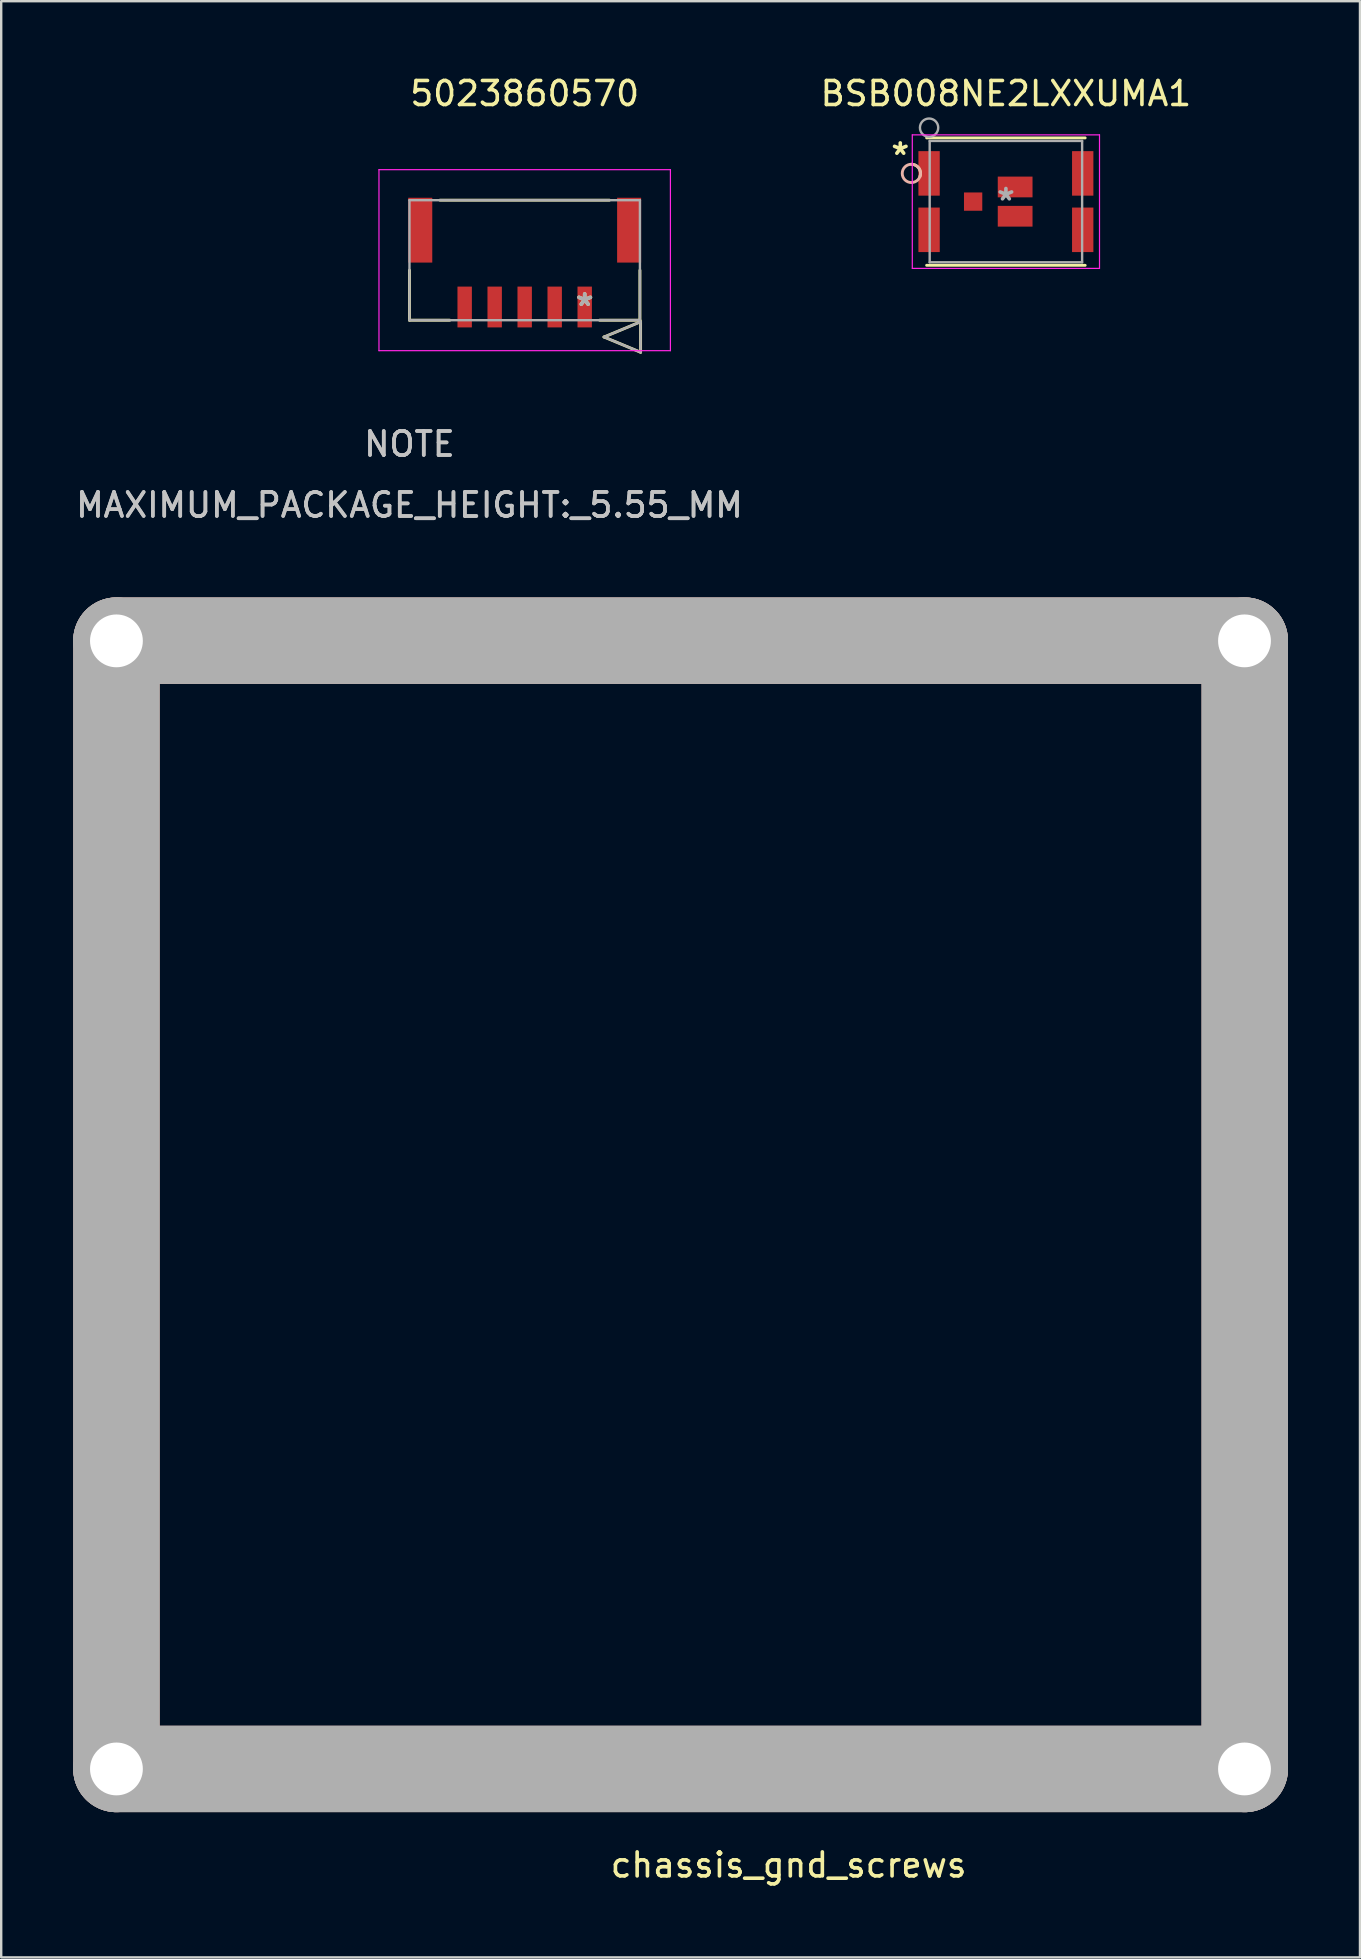
<source format=kicad_pcb>
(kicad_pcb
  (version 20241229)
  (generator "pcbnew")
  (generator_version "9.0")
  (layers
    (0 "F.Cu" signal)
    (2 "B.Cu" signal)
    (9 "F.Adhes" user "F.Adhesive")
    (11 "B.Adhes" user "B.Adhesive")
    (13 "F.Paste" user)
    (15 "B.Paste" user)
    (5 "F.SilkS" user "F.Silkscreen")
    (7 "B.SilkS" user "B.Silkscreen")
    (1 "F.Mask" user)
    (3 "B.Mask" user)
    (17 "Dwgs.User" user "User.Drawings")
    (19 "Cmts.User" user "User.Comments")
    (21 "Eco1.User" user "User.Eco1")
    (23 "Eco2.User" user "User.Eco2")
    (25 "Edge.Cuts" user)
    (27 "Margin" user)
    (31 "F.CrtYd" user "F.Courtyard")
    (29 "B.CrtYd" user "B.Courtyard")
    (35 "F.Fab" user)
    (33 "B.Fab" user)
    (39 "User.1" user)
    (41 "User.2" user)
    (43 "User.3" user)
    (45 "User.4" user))
  (footprint "5023860570"
    (layer "F.Cu")
    (at 21.306 9.738)
    (property "Reference" "5023860570" (at -2.5 -8.89 0) (layer "F.SilkS") (effects (font (size 1 1) (thickness 0.15))))
    (attr through_hole)
    (fp_line (start -7.3 -1.53) (end -7.3 0.55) (stroke (width 0.12) (type solid)) (layer "F.SilkS"))
    (fp_line (start -7.3 0.55) (end -5.62 0.55) (stroke (width 0.12) (type solid)) (layer "F.SilkS"))
    (fp_line (start 0.62 0.55) (end 2.3 0.55) (stroke (width 0.12) (type solid)) (layer "F.SilkS"))
    (fp_line (start 0.804 1.25) (end 2.328 0.615) (stroke (width 0.12) (type solid)) (layer "F.SilkS"))
    (fp_line (start 1.03 -4.45) (end -6.03 -4.45) (stroke (width 0.12) (type solid)) (layer "F.SilkS"))
    (fp_line (start 2.3 0.55) (end 2.3 -1.53) (stroke (width 0.12) (type solid)) (layer "F.SilkS"))
    (fp_line (start 2.328 0.615) (end 2.328 1.885) (stroke (width 0.12) (type solid)) (layer "F.SilkS"))
    (fp_line (start 2.328 1.885) (end 0.804 1.25) (stroke (width 0.12) (type solid)) (layer "F.SilkS"))
    (fp_line (start -8.57 -5.72) (end -8.57 1.82) (stroke (width 0.05) (type solid)) (layer "F.CrtYd"))
    (fp_line (start -8.57 1.82) (end 3.57 1.82) (stroke (width 0.05) (type solid)) (layer "F.CrtYd"))
    (fp_line (start 3.57 -5.72) (end -8.57 -5.72) (stroke (width 0.05) (type solid)) (layer "F.CrtYd"))
    (fp_line (start 3.57 1.82) (end 3.57 -5.72) (stroke (width 0.05) (type solid)) (layer "F.CrtYd"))
    (fp_line (start -7.3 -4.45) (end -7.3 0.55) (stroke (width 0.1) (type solid)) (layer "F.Fab"))
    (fp_line (start -7.3 0.55) (end 2.3 0.55) (stroke (width 0.1) (type solid)) (layer "F.Fab"))
    (fp_line (start 0.804 1.25) (end 2.328 0.615) (stroke (width 0.1) (type solid)) (layer "F.Fab"))
    (fp_line (start 2.3 -4.45) (end -7.3 -4.45) (stroke (width 0.1) (type solid)) (layer "F.Fab"))
    (fp_line (start 2.3 0.55) (end 2.3 -4.45) (stroke (width 0.1) (type solid)) (layer "F.Fab"))
    (fp_line (start 2.328 0.615) (end 2.328 1.885) (stroke (width 0.1) (type solid)) (layer "F.Fab"))
    (fp_line (start 2.328 1.885) (end 0.804 1.25) (stroke (width 0.1) (type solid)) (layer "F.Fab"))
    (fp_text user "*" (at 0 0 0) (layer "F.SilkS") (effects (font (size 1 1) (thickness 0.15))))
    (fp_text user "MAXIMUM_PACKAGE_HEIGHT:_5.55_MM" (at -7.3 8.25 0) (layer "Dwgs.User") (effects (font (size 1 1) (thickness 0.15))))
    (fp_text user "MAXIMUM_PACKAGE_HEIGHT:_5.55_MM" (at -7.3 8.25 0) (layer "Dwgs.User") (effects (font (size 1 1) (thickness 0.15))))
    (fp_text user "NOTE" (at -7.3 5.71 0) (layer "Dwgs.User") (effects (font (size 1 1) (thickness 0.15))))
    (fp_text user "NOTE" (at -7.3 5.71 0) (layer "Dwgs.User") (effects (font (size 1 1) (thickness 0.15))))
    (fp_text user "Copyright 2021 Accelerated Designs. All rights reserved." (at 0 0 0) (layer "Cmts.User") (effects (font (size 0.127 0.127) (thickness 0.002))))
    (fp_text user "*" (at 0 0 0) (layer "F.Fab") (effects (font (size 1 1) (thickness 0.15))))
    (pad "1" smd rect (at 0 0) (size 0.6 1.7) (layers "F.Cu" "F.Mask" "F.Paste"))
    (pad "2" smd rect (at -1.25 0) (size 0.6 1.7) (layers "F.Cu" "F.Mask" "F.Paste"))
    (pad "3" smd rect (at -2.5 0) (size 0.6 1.7) (layers "F.Cu" "F.Mask" "F.Paste"))
    (pad "4" smd rect (at -3.75 0) (size 0.6 1.7) (layers "F.Cu" "F.Mask" "F.Paste"))
    (pad "5" smd rect (at -5 0) (size 0.6 1.7) (layers "F.Cu" "F.Mask" "F.Paste"))
    (pad "6" smd rect (at 1.85 -3.2) (size 1 2.7) (layers "F.Cu" "F.Mask" "F.Paste"))
    (pad "7" smd rect (at -6.85 -3.2) (size 1 2.7) (layers "F.Cu" "F.Mask" "F.Paste")))
  (footprint "BSB008NE2LXXUMA1"
    (layer "F.Cu")
    (at 38.851 5.348)
    (property "Reference" "BSB008NE2LXXUMA1" (at 0 -4.5 0) (layer "F.SilkS") (effects (font (size 1 1) (thickness 0.15))))
    (attr through_hole)
    (fp_line (start -3.302 2.654) (end 3.302 2.654) (stroke (width 0.12) (type solid)) (layer "F.SilkS"))
    (fp_line (start 3.302 -2.654) (end -3.302 -2.654) (stroke (width 0.12) (type solid)) (layer "F.SilkS"))
    (fp_arc (start -3.937 -1.556) (mid -3.62456 -1.393041) (end -3.579389 -1.043564) (stroke (width 0.12) (type solid)) (layer "F.SilkS"))
    (fp_circle (center -3.937 -1.175) (end -3.556 -1.175) (stroke (width 0.12) (type solid)) (fill no) (layer "B.SilkS"))
    (fp_line (start -3.899 -2.781) (end -3.899 2.781) (stroke (width 0.05) (type solid)) (layer "F.CrtYd"))
    (fp_line (start -3.899 2.781) (end 3.899 2.781) (stroke (width 0.05) (type solid)) (layer "F.CrtYd"))
    (fp_line (start 3.899 -2.781) (end -3.899 -2.781) (stroke (width 0.05) (type solid)) (layer "F.CrtYd"))
    (fp_line (start 3.899 2.781) (end 3.899 -2.781) (stroke (width 0.05) (type solid)) (layer "F.CrtYd"))
    (fp_line (start -3.175 -2.527) (end -3.175 2.527) (stroke (width 0.1) (type solid)) (layer "F.Fab"))
    (fp_line (start -3.175 2.527) (end 3.175 2.527) (stroke (width 0.1) (type solid)) (layer "F.Fab"))
    (fp_line (start 3.175 -2.527) (end -3.175 -2.527) (stroke (width 0.1) (type solid)) (layer "F.Fab"))
    (fp_line (start 3.175 2.527) (end 3.175 -2.527) (stroke (width 0.1) (type solid)) (layer "F.Fab"))
    (fp_circle (center -3.2 -3.08) (end -2.819 -3.08) (stroke (width 0.1) (type solid)) (fill no) (layer "F.Fab"))
    (fp_text user "*" (at -4.4 -1.9 0) (layer "F.SilkS") (effects (font (size 1 1) (thickness 0.15))))
    (fp_text user "Copyright 2021 Accelerated Designs. All rights reserved." (at 0 3 0) (layer "Cmts.User") (effects (font (size 0.127 0.127) (thickness 0.002))))
    (fp_text user "*" (at 0 0 0) (layer "F.Fab") (effects (font (size 1 1) (thickness 0.15))))
    (pad "1" smd rect (at -1.365 0) (size 0.762 0.762) (layers "F.Cu" "F.Mask" "F.Paste"))
    (pad "2" smd rect (at 0.385 -0.61 90) (size 0.864 1.448) (layers "F.Cu" "F.Mask" "F.Paste"))
    (pad "3" smd rect (at 0.385 0.61 90) (size 0.864 1.448) (layers "F.Cu" "F.Mask" "F.Paste"))
    (pad "4" smd rect (at -3.2 -1.175) (size 0.889 1.854) (layers "F.Cu" "F.Mask" "F.Paste"))
    (pad "5" smd rect (at 3.2 -1.175) (size 0.889 1.854) (layers "F.Cu" "F.Mask" "F.Paste"))
    (pad "6" smd rect (at -3.2 1.175) (size 0.889 1.854) (layers "F.Cu" "F.Mask" "F.Paste"))
    (pad "7" smd rect (at 3.2 1.175) (size 0.889 1.854) (layers "F.Cu" "F.Mask" "F.Paste")))
  (footprint "chassis_gnd_screws"
    (layer "F.Cu")
    (at 1.8 70.636)
    (property "Reference" "chassis_gnd_screws" (at 28 4 0) (layer "F.SilkS") (effects (font (size 1 1) (thickness 0.15))))
    (attr through_hole)
    (fp_line (start 0 -47) (end 47 -47) (stroke (width 3.6) (type solid)) (layer "B.SilkS"))
    (fp_line (start 0 0) (end 0 -47) (stroke (width 3.6) (type solid)) (layer "B.SilkS"))
    (fp_line (start 47 -47) (end 47 0) (stroke (width 3.6) (type solid)) (layer "B.SilkS"))
    (fp_line (start 47 0) (end 0 0) (stroke (width 3.6) (type solid)) (layer "B.SilkS"))
    (fp_line (start 0 -47) (end 47 -47) (stroke (width 3.6) (type solid)) (layer "F.Fab"))
    (fp_line (start 0 0) (end 0 -47) (stroke (width 3.6) (type solid)) (layer "F.Fab"))
    (fp_line (start 47 -47) (end 47 0) (stroke (width 3.6) (type solid)) (layer "F.Fab"))
    (fp_line (start 47 0) (end 0 0) (stroke (width 3.6) (type solid)) (layer "F.Fab"))
    (pad "1" thru_hole circle (at 0 0) (size 2.54 2.54) (drill 2.2) (layers "*.Cu" "*.Mask"))
    (pad "2" thru_hole circle (at 0 -46.99) (size 2.54 2.54) (drill 2.2) (layers "*.Cu" "*.Mask"))
    (pad "3" thru_hole circle (at 46.99 -46.99) (size 2.54 2.54) (drill 2.2) (layers "*.Cu" "*.Mask"))
    (pad "4" thru_hole circle (at 46.99 0) (size 2.54 2.54) (drill 2.2) (layers "*.Cu" "*.Mask")))
  (gr_rect
    (start -3 -3)
    (end 53.6 78.485)
    (stroke (width 0.1) (type default))
    (fill no)
    (layer "Edge.Cuts")))
</source>
